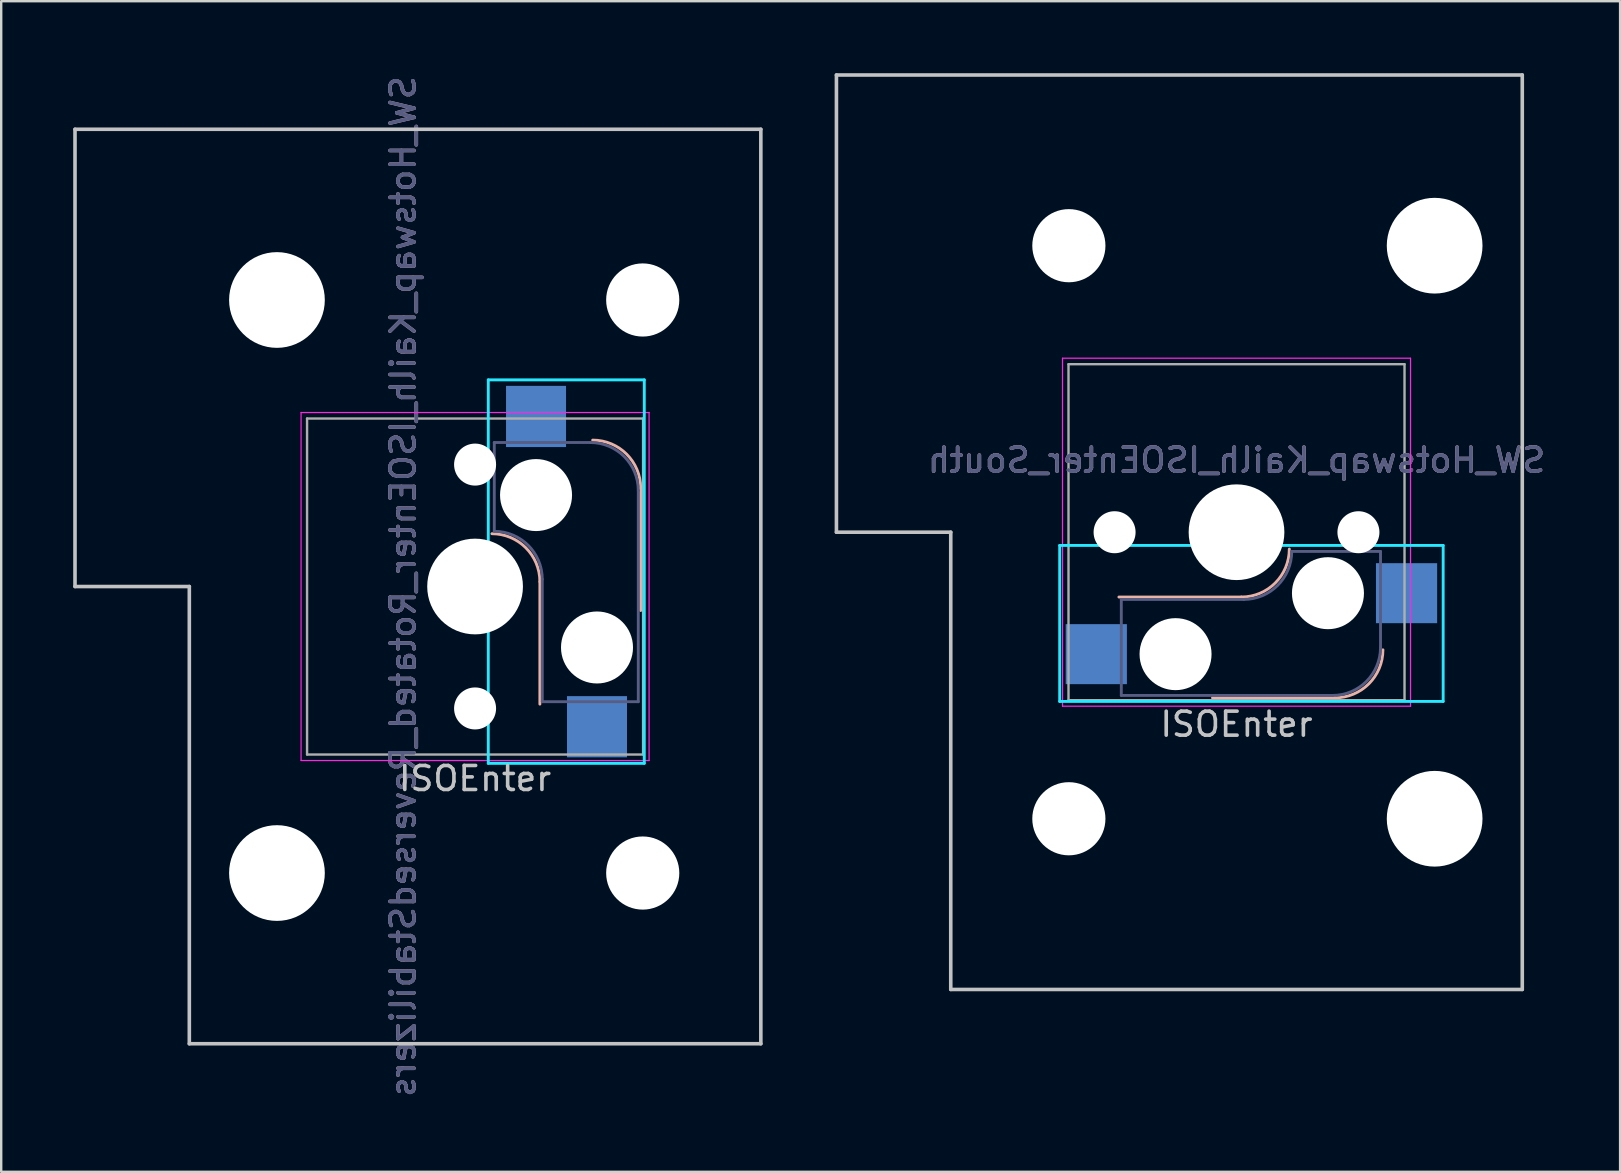
<source format=kicad_pcb>
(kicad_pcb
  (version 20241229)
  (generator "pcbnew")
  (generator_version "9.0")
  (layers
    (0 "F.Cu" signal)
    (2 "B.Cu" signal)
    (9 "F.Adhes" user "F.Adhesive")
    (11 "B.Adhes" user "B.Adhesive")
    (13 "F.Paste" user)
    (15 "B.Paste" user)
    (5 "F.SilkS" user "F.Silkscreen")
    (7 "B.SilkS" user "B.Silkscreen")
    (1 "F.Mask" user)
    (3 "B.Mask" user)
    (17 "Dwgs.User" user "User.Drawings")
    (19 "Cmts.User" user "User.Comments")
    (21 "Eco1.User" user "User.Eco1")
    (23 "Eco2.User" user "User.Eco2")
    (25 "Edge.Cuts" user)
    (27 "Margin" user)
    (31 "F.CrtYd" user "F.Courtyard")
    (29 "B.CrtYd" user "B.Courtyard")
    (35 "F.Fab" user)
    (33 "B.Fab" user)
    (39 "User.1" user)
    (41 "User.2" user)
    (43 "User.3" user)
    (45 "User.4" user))
  (footprint "SW_Hotswap_Kailh_ISOEnter_Rotated_ReversedStabilizers"
    (layer "F.Cu")
    (at 16.744 21.387)
    (property "Reference" "SW_Hotswap_Kailh_ISOEnter_Rotated_ReversedStabilizers" (at -3 0 90) (layer "B.SilkS") (effects (font (size 1 1) (thickness 0.15)) (justify mirror)))
    (attr smd)
    (fp_line (start 2.7 4.9) (end 2.7 -0.2) (stroke (width 0.12) (type solid)) (layer "B.SilkS"))
    (fp_line (start 6.9 1) (end 6.9 -4.1) (stroke (width 0.12) (type solid)) (layer "B.SilkS"))
    (fp_arc (start 0.7 -2.2) (mid 2.114214 -1.614214) (end 2.7 -0.2) (stroke (width 0.12) (type solid)) (layer "B.SilkS"))
    (fp_arc (start 4.9 -6.1) (mid 6.314214 -5.514214) (end 6.9 -4.1) (stroke (width 0.12) (type solid)) (layer "B.SilkS"))
    (fp_line (start -16.669 -19.05) (end -16.669 0) (stroke (width 0.15) (type solid)) (layer "Dwgs.User"))
    (fp_line (start -16.669 -19.05) (end 11.906 -19.05) (stroke (width 0.15) (type solid)) (layer "Dwgs.User"))
    (fp_line (start -11.906 0) (end -16.669 0) (stroke (width 0.15) (type solid)) (layer "Dwgs.User"))
    (fp_line (start -11.906 19.05) (end -11.906 0) (stroke (width 0.15) (type solid)) (layer "Dwgs.User"))
    (fp_line (start -11.906 19.05) (end 11.906 19.05) (stroke (width 0.15) (type solid)) (layer "Dwgs.User"))
    (fp_line (start 11.906 -19.05) (end 11.906 19.05) (stroke (width 0.15) (type solid)) (layer "Dwgs.User"))
    (fp_line (start 0.55 -8.61) (end 0.55 7.367) (stroke (width 0.12) (type solid)) (layer "B.CrtYd"))
    (fp_line (start 0.55 -8.61) (end 7.05 -8.61) (stroke (width 0.12) (type solid)) (layer "B.CrtYd"))
    (fp_line (start 7.05 -8.61) (end 7.05 7.367) (stroke (width 0.12) (type solid)) (layer "B.CrtYd"))
    (fp_line (start 7.05 7.367) (end 0.55 7.367) (stroke (width 0.12) (type solid)) (layer "B.CrtYd"))
    (fp_line (start -7.25 -7.25) (end 7.25 -7.25) (stroke (width 0.05) (type solid)) (layer "F.CrtYd"))
    (fp_line (start -7.25 7.25) (end -7.25 -7.25) (stroke (width 0.05) (type solid)) (layer "F.CrtYd"))
    (fp_line (start 7.25 -7.25) (end 7.25 7.25) (stroke (width 0.05) (type solid)) (layer "F.CrtYd"))
    (fp_line (start 7.25 7.25) (end -7.25 7.25) (stroke (width 0.05) (type solid)) (layer "F.CrtYd"))
    (fp_line (start 0.8 -6) (end 0.8 -2.3) (stroke (width 0.12) (type solid)) (layer "B.Fab"))
    (fp_line (start 0.8 -6) (end 4.8 -6) (stroke (width 0.12) (type solid)) (layer "B.Fab"))
    (fp_line (start 2.8 -0.3) (end 2.8 4.8) (stroke (width 0.12) (type solid)) (layer "B.Fab"))
    (fp_line (start 6.8 -4) (end 6.8 4.8) (stroke (width 0.12) (type solid)) (layer "B.Fab"))
    (fp_line (start 6.8 4.8) (end 2.8 4.8) (stroke (width 0.12) (type solid)) (layer "B.Fab"))
    (fp_arc (start 0.8 -2.3) (mid 2.214214 -1.714214) (end 2.8 -0.3) (stroke (width 0.12) (type solid)) (layer "B.Fab"))
    (fp_arc (start 4.8 -6) (mid 6.214214 -5.414214) (end 6.8 -4) (stroke (width 0.12) (type solid)) (layer "B.Fab"))
    (fp_line (start -7 -7) (end 7 -7) (stroke (width 0.1) (type solid)) (layer "F.Fab"))
    (fp_line (start -7 7) (end -7 -7) (stroke (width 0.1) (type solid)) (layer "F.Fab"))
    (fp_line (start 7 -7) (end 7 7) (stroke (width 0.1) (type solid)) (layer "F.Fab"))
    (fp_line (start 7 7) (end -7 7) (stroke (width 0.1) (type solid)) (layer "F.Fab"))
    (fp_text user "ISOEnter" (at 0 8 0) (layer "Dwgs.User") (effects (font (size 1 1) (thickness 0.15))))
    (fp_text user "${REFERENCE}" (at -3 0 90) (layer "B.Fab") (effects (font (size 1 1) (thickness 0.15)) (justify mirror)))
    (pad "" np_thru_hole circle (at -8.255 -11.938) (size 3.988 3.988) (drill 3.988) (layers "*.Cu" "*.Mask"))
    (pad "" np_thru_hole circle (at -8.255 11.938) (size 3.988 3.988) (drill 3.988) (layers "*.Cu" "*.Mask"))
    (pad "" np_thru_hole circle (at 0 -5.08 318.1) (size 1.75 1.75) (drill 1.75) (layers "*.Cu" "*.Mask"))
    (pad "" np_thru_hole circle (at 0 0 270) (size 3.988 3.988) (drill 3.988) (layers "*.Cu" "*.Mask"))
    (pad "" np_thru_hole circle (at 0 5.08 318.1) (size 1.75 1.75) (drill 1.75) (layers "*.Cu" "*.Mask"))
    (pad "" np_thru_hole circle (at 2.54 -3.81 270) (size 3 3) (drill 3) (layers "*.Cu" "*.Mask"))
    (pad "" np_thru_hole circle (at 5.08 2.54 270) (size 3 3) (drill 3) (layers "*.Cu" "*.Mask"))
    (pad "" np_thru_hole circle (at 6.985 -11.938) (size 3.048 3.048) (drill 3.048) (layers "*.Cu" "*.Mask"))
    (pad "" np_thru_hole circle (at 6.985 11.938) (size 3.048 3.048) (drill 3.048) (layers "*.Cu" "*.Mask"))
    (pad "1" smd rect (at 2.54 -7.085 270) (size 2.55 2.5) (layers "B.Cu" "B.Mask" "B.Paste"))
    (pad "2" smd rect (at 5.08 5.842 270) (size 2.55 2.5) (layers "B.Cu" "B.Mask" "B.Paste")))
  (footprint "SW_Hotswap_Kailh_ISOEnter_South"
    (layer "F.Cu")
    (at 48.469 19.125)
    (property "Reference" "SW_Hotswap_Kailh_ISOEnter_South" (at 0 -3 0) (layer "B.SilkS") (effects (font (size 1 1) (thickness 0.15)) (justify mirror)))
    (attr smd)
    (fp_line (start -4.9 2.7) (end 0.2 2.7) (stroke (width 0.12) (type solid)) (layer "B.SilkS"))
    (fp_line (start -1 6.9) (end 4.1 6.9) (stroke (width 0.12) (type solid)) (layer "B.SilkS"))
    (fp_arc (start 2.2 0.7) (mid 1.614214 2.114214) (end 0.2 2.7) (stroke (width 0.12) (type solid)) (layer "B.SilkS"))
    (fp_arc (start 6.1 4.9) (mid 5.514214 6.314214) (end 4.1 6.9) (stroke (width 0.12) (type solid)) (layer "B.SilkS"))
    (fp_line (start -16.669 -19.05) (end -16.669 0) (stroke (width 0.15) (type solid)) (layer "Dwgs.User"))
    (fp_line (start -16.669 -19.05) (end 11.906 -19.05) (stroke (width 0.15) (type solid)) (layer "Dwgs.User"))
    (fp_line (start -11.906 0) (end -16.669 0) (stroke (width 0.15) (type solid)) (layer "Dwgs.User"))
    (fp_line (start -11.906 19.05) (end -11.906 0) (stroke (width 0.15) (type solid)) (layer "Dwgs.User"))
    (fp_line (start -11.906 19.05) (end 11.906 19.05) (stroke (width 0.15) (type solid)) (layer "Dwgs.User"))
    (fp_line (start 11.906 -19.05) (end 11.906 19.05) (stroke (width 0.15) (type solid)) (layer "Dwgs.User"))
    (fp_line (start -7.367 7.05) (end -7.367 0.55) (stroke (width 0.12) (type solid)) (layer "B.CrtYd"))
    (fp_line (start 8.61 0.55) (end -7.367 0.55) (stroke (width 0.12) (type solid)) (layer "B.CrtYd"))
    (fp_line (start 8.61 0.55) (end 8.61 7.05) (stroke (width 0.12) (type solid)) (layer "B.CrtYd"))
    (fp_line (start 8.61 7.05) (end -7.367 7.05) (stroke (width 0.12) (type solid)) (layer "B.CrtYd"))
    (fp_line (start -7.25 -7.25) (end 7.25 -7.25) (stroke (width 0.05) (type solid)) (layer "F.CrtYd"))
    (fp_line (start -7.25 7.25) (end -7.25 -7.25) (stroke (width 0.05) (type solid)) (layer "F.CrtYd"))
    (fp_line (start 7.25 -7.25) (end 7.25 7.25) (stroke (width 0.05) (type solid)) (layer "F.CrtYd"))
    (fp_line (start 7.25 7.25) (end -7.25 7.25) (stroke (width 0.05) (type solid)) (layer "F.CrtYd"))
    (fp_line (start -4.8 6.8) (end -4.8 2.8) (stroke (width 0.12) (type solid)) (layer "B.Fab"))
    (fp_line (start 0.3 2.8) (end -4.8 2.8) (stroke (width 0.12) (type solid)) (layer "B.Fab"))
    (fp_line (start 4 6.8) (end -4.8 6.8) (stroke (width 0.12) (type solid)) (layer "B.Fab"))
    (fp_line (start 6 0.8) (end 2.3 0.8) (stroke (width 0.12) (type solid)) (layer "B.Fab"))
    (fp_line (start 6 0.8) (end 6 4.8) (stroke (width 0.12) (type solid)) (layer "B.Fab"))
    (fp_arc (start 2.3 0.8) (mid 1.714214 2.214214) (end 0.3 2.8) (stroke (width 0.12) (type solid)) (layer "B.Fab"))
    (fp_arc (start 6 4.8) (mid 5.414214 6.214214) (end 4 6.8) (stroke (width 0.12) (type solid)) (layer "B.Fab"))
    (fp_line (start -7 -7) (end 7 -7) (stroke (width 0.1) (type solid)) (layer "F.Fab"))
    (fp_line (start -7 7) (end -7 -7) (stroke (width 0.1) (type solid)) (layer "F.Fab"))
    (fp_line (start 7 -7) (end 7 7) (stroke (width 0.1) (type solid)) (layer "F.Fab"))
    (fp_line (start 7 7) (end -7 7) (stroke (width 0.1) (type solid)) (layer "F.Fab"))
    (fp_text user "ISOEnter" (at 0 8 0) (layer "Dwgs.User") (effects (font (size 1 1) (thickness 0.15))))
    (fp_text user "${REFERENCE}" (at 0 -3 0) (layer "B.Fab") (effects (font (size 1 1) (thickness 0.15)) (justify mirror)))
    (pad "" np_thru_hole circle (at -6.985 -11.938) (size 3.048 3.048) (drill 3.048) (layers "*.Cu" "*.Mask"))
    (pad "" np_thru_hole circle (at -6.985 11.938) (size 3.048 3.048) (drill 3.048) (layers "*.Cu" "*.Mask"))
    (pad "" np_thru_hole circle (at -5.08 0 228.1) (size 1.75 1.75) (drill 1.75) (layers "*.Cu" "*.Mask"))
    (pad "" np_thru_hole circle (at -2.54 5.08 180) (size 3 3) (drill 3) (layers "*.Cu" "*.Mask"))
    (pad "" np_thru_hole circle (at 0 0 180) (size 3.988 3.988) (drill 3.988) (layers "*.Cu" "*.Mask"))
    (pad "" np_thru_hole circle (at 3.81 2.54 180) (size 3 3) (drill 3) (layers "*.Cu" "*.Mask"))
    (pad "" np_thru_hole circle (at 5.08 0 228.1) (size 1.75 1.75) (drill 1.75) (layers "*.Cu" "*.Mask"))
    (pad "" np_thru_hole circle (at 8.255 -11.938) (size 3.988 3.988) (drill 3.988) (layers "*.Cu" "*.Mask"))
    (pad "" np_thru_hole circle (at 8.255 11.938) (size 3.988 3.988) (drill 3.988) (layers "*.Cu" "*.Mask"))
    (pad "1" smd rect (at 7.085 2.54 180) (size 2.55 2.5) (layers "B.Cu" "B.Mask" "B.Paste"))
    (pad "2" smd rect (at -5.842 5.08 180) (size 2.55 2.5) (layers "B.Cu" "B.Mask" "B.Paste")))
  (gr_rect
    (start -3 -3)
    (end 64.451 45.774)
    (stroke (width 0.1) (type default))
    (fill no)
    (layer "Edge.Cuts")))
</source>
